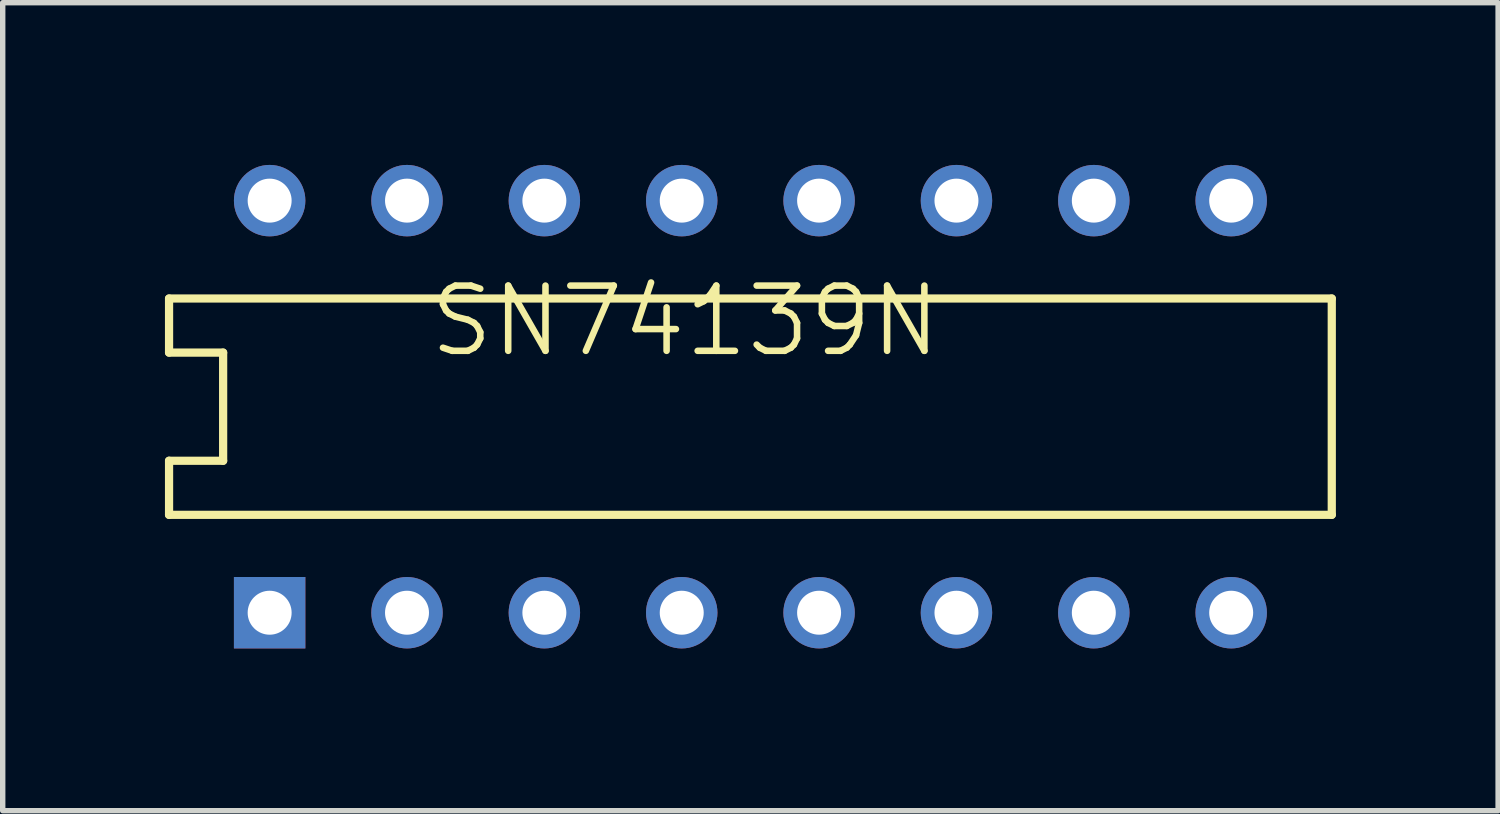
<source format=kicad_pcb>
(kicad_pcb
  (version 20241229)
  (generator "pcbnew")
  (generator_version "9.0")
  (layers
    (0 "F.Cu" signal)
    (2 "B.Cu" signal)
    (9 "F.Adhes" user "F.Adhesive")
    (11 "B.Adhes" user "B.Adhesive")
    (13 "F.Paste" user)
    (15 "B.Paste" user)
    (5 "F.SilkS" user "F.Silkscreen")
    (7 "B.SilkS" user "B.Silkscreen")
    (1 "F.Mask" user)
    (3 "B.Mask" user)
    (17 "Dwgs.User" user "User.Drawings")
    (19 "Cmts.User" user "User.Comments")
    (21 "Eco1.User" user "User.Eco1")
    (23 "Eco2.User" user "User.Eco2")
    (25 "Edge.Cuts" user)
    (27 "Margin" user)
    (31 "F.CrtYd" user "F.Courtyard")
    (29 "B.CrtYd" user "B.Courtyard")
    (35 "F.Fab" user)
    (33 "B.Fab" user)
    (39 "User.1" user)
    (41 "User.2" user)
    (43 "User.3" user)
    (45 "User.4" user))
  (footprint "SN74139N"
    (layer "F.Cu")
    (at 1.936 8.28)
    (property "Reference" "SN74139N" (at 2.896 -4.689 180) (layer "F.SilkS") (effects (font (size 1.206 1.206) (thickness 0.121)) (justify left bottom)))
    (attr through_hole)
    (fp_line (start -1.86 -5.81) (end -1.86 -4.81) (stroke (width 0.152) (type solid)) (layer "F.SilkS"))
    (fp_line (start -1.86 -4.81) (end -0.86 -4.81) (stroke (width 0.152) (type solid)) (layer "F.SilkS"))
    (fp_line (start -1.86 -2.81) (end -0.86 -2.81) (stroke (width 0.152) (type solid)) (layer "F.SilkS"))
    (fp_line (start -1.86 -1.81) (end -1.86 -2.81) (stroke (width 0.152) (type solid)) (layer "F.SilkS"))
    (fp_line (start -1.86 -1.81) (end 19.64 -1.81) (stroke (width 0.152) (type solid)) (layer "F.SilkS"))
    (fp_line (start -0.86 -2.81) (end -0.86 -4.81) (stroke (width 0.152) (type solid)) (layer "F.SilkS"))
    (fp_line (start 19.64 -5.81) (end -1.86 -5.81) (stroke (width 0.152) (type solid)) (layer "F.SilkS"))
    (fp_line (start 19.64 -5.81) (end 19.64 -1.81) (stroke (width 0.152) (type solid)) (layer "F.SilkS"))
    (pad "1" thru_hole rect (at 0 0 90) (size 1.321 1.321) (drill 0.813) (layers "*.Cu" "*.Mask"))
    (pad "2" thru_hole circle (at 2.54 0 90) (size 1.321 1.321) (drill 0.813) (layers "*.Cu" "*.Mask"))
    (pad "3" thru_hole circle (at 5.08 0 90) (size 1.321 1.321) (drill 0.813) (layers "*.Cu" "*.Mask"))
    (pad "4" thru_hole circle (at 7.62 0 90) (size 1.321 1.321) (drill 0.813) (layers "*.Cu" "*.Mask"))
    (pad "5" thru_hole circle (at 10.16 0 90) (size 1.321 1.321) (drill 0.813) (layers "*.Cu" "*.Mask"))
    (pad "6" thru_hole circle (at 12.7 0 90) (size 1.321 1.321) (drill 0.813) (layers "*.Cu" "*.Mask"))
    (pad "7" thru_hole circle (at 15.24 0 90) (size 1.321 1.321) (drill 0.813) (layers "*.Cu" "*.Mask"))
    (pad "8" thru_hole circle (at 17.78 0 90) (size 1.321 1.321) (drill 0.813) (layers "*.Cu" "*.Mask"))
    (pad "9" thru_hole circle (at 17.78 -7.62 90) (size 1.321 1.321) (drill 0.813) (layers "*.Cu" "*.Mask"))
    (pad "10" thru_hole circle (at 15.24 -7.62 90) (size 1.321 1.321) (drill 0.813) (layers "*.Cu" "*.Mask"))
    (pad "11" thru_hole circle (at 12.7 -7.62 90) (size 1.321 1.321) (drill 0.813) (layers "*.Cu" "*.Mask"))
    (pad "12" thru_hole circle (at 10.16 -7.62 90) (size 1.321 1.321) (drill 0.813) (layers "*.Cu" "*.Mask"))
    (pad "13" thru_hole circle (at 7.62 -7.62 90) (size 1.321 1.321) (drill 0.813) (layers "*.Cu" "*.Mask"))
    (pad "14" thru_hole circle (at 5.08 -7.62 90) (size 1.321 1.321) (drill 0.813) (layers "*.Cu" "*.Mask"))
    (pad "15" thru_hole circle (at 2.54 -7.62 90) (size 1.321 1.321) (drill 0.813) (layers "*.Cu" "*.Mask"))
    (pad "16" thru_hole circle (at 0 -7.62 90) (size 1.321 1.321) (drill 0.813) (layers "*.Cu" "*.Mask")))
  (gr_rect
    (start -3 -3)
    (end 24.652 11.941)
    (stroke (width 0.1) (type default))
    (fill no)
    (layer "Edge.Cuts")))
</source>
